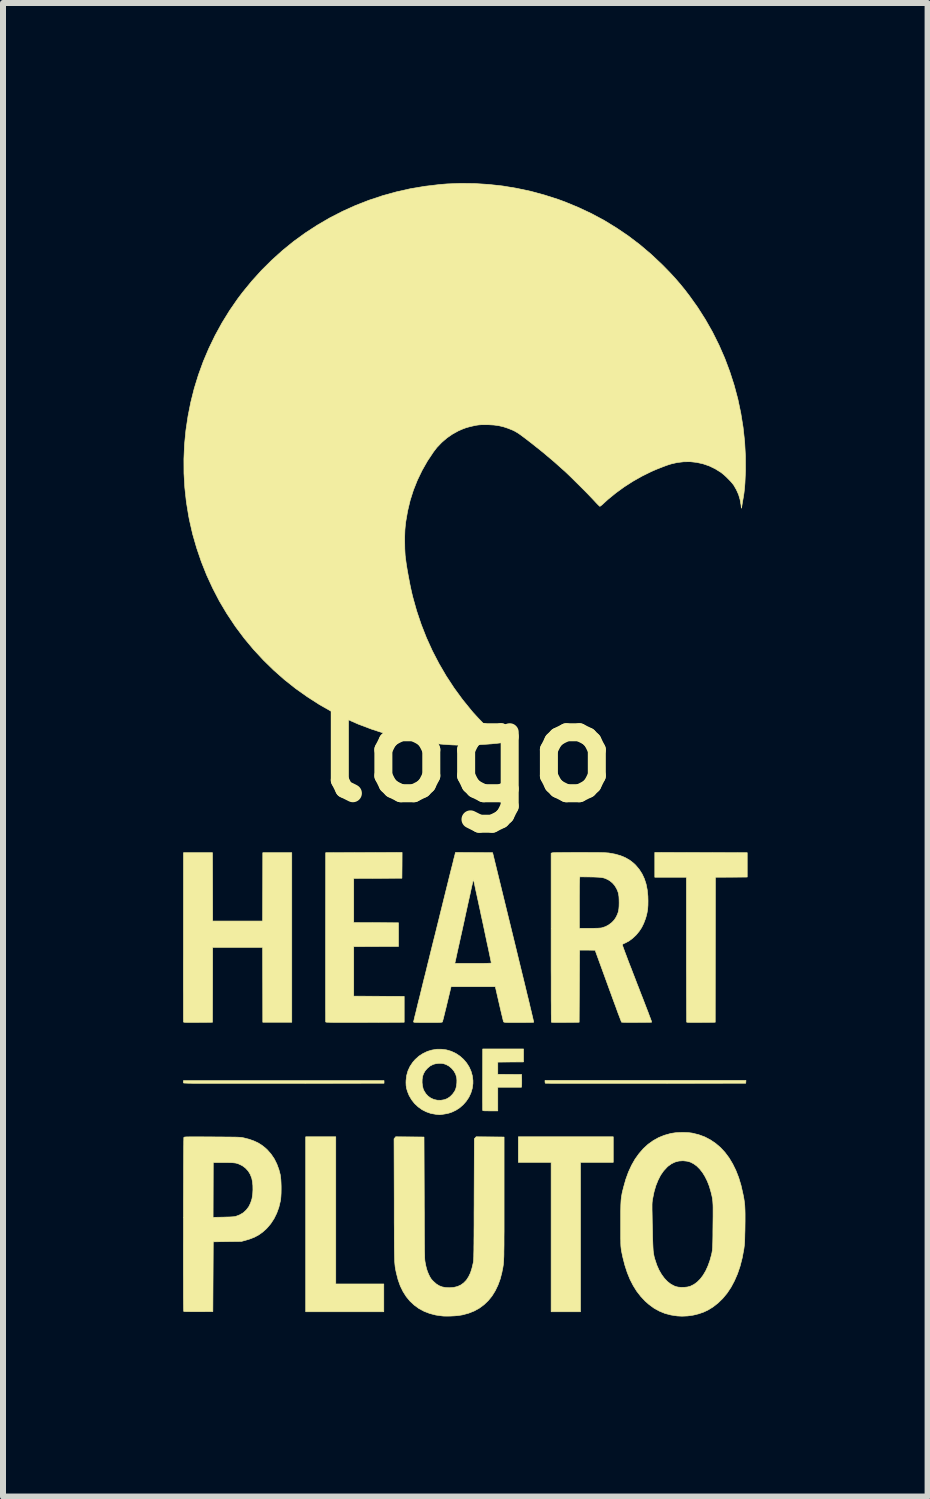
<source format=kicad_pcb>
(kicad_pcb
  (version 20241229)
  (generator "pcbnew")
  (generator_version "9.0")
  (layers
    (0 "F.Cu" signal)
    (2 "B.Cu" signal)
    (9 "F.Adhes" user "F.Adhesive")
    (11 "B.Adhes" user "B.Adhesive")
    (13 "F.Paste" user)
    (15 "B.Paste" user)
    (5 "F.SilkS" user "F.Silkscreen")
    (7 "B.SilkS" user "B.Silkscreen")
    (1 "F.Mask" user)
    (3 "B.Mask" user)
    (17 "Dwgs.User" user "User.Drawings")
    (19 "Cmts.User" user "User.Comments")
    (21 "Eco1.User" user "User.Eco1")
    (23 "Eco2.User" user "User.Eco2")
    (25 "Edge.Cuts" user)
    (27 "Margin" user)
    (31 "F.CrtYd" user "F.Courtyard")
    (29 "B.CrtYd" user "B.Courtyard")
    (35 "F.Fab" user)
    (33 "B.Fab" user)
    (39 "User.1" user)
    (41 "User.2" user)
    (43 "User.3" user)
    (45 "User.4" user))
  (footprint "logo"
    (layer "F.Cu")
    (at 4.716 9.476)
    (property "Reference" "logo" (at 0 0 0) (layer "F.SilkS") (effects (font (size 1.524 1.524) (thickness 0.3))))
    (attr through_hole)
    (fp_poly (pts (xy -2.172 8.865) (xy -1.372 8.865) (xy -1.372 9.328) (xy -2.673 9.328) (xy -2.673 6.413) (xy -2.172 6.413) (xy -2.172 8.865)) (stroke (width 0.01) (type solid)) (fill yes) (layer "F.SilkS"))
    (fp_poly (pts (xy 2.451 6.839) (xy 1.905 6.839) (xy 1.905 9.328) (xy 1.416 9.328) (xy 1.416 6.839) (xy 0.87 6.839) (xy 0.87 6.413) (xy 2.451 6.413) (xy 2.451 6.839)) (stroke (width 0.01) (type solid)) (fill yes) (layer "F.SilkS"))
    (fp_poly (pts (xy 4.66 5.498) (xy 4.658 5.521) (xy 2.99 5.523) (xy 2.846 5.523) (xy 2.704 5.523) (xy 2.567 5.523) (xy 2.434 5.523) (xy 2.305 5.523) (xy 2.183 5.523) (xy 2.066 5.523) (xy 1.955 5.523) (xy 1.852 5.523) (xy 1.756 5.523) (xy 1.668 5.523) (xy 1.589 5.522) (xy 1.519 5.522) (xy 1.458 5.522) (xy 1.408 5.522) (xy 1.368 5.521) (xy 1.34 5.521) (xy 1.323 5.521) (xy 1.319 5.52) (xy 1.316 5.512) (xy 1.314 5.496) (xy 1.314 5.495) (xy 1.314 5.474) (xy 4.662 5.474) (xy 4.66 5.498)) (stroke (width 0.01) (type solid)) (fill yes) (layer "F.SilkS"))
    (fp_poly (pts (xy -1.368 5.521) (xy -3.037 5.523) (xy -3.211 5.523) (xy -3.373 5.523) (xy -3.524 5.523) (xy -3.662 5.523) (xy -3.79 5.523) (xy -3.908 5.523) (xy -4.015 5.523) (xy -4.112 5.523) (xy -4.2 5.523) (xy -4.28 5.523) (xy -4.351 5.523) (xy -4.414 5.523) (xy -4.47 5.522) (xy -4.518 5.522) (xy -4.56 5.522) (xy -4.596 5.521) (xy -4.626 5.521) (xy -4.65 5.52) (xy -4.67 5.519) (xy -4.685 5.519) (xy -4.696 5.518) (xy -4.703 5.517) (xy -4.708 5.516) (xy -4.709 5.515) (xy -4.711 5.502) (xy -4.711 5.492) (xy -4.709 5.477) (xy -1.368 5.477) (xy -1.368 5.521)) (stroke (width 0.01) (type solid)) (fill yes) (layer "F.SilkS"))
    (fp_poly (pts (xy 0.956 5.166) (xy 0.741 5.167) (xy 0.527 5.169) (xy 0.527 5.372) (xy 0.725 5.374) (xy 0.924 5.375) (xy 0.926 5.467) (xy 0.926 5.501) (xy 0.926 5.532) (xy 0.925 5.556) (xy 0.924 5.571) (xy 0.924 5.574) (xy 0.921 5.588) (xy 0.527 5.588) (xy 0.527 5.982) (xy 0.403 5.982) (xy 0.357 5.981) (xy 0.323 5.981) (xy 0.299 5.98) (xy 0.284 5.978) (xy 0.277 5.975) (xy 0.276 5.974) (xy 0.276 5.966) (xy 0.275 5.947) (xy 0.275 5.917) (xy 0.275 5.877) (xy 0.274 5.829) (xy 0.274 5.773) (xy 0.274 5.709) (xy 0.274 5.64) (xy 0.274 5.566) (xy 0.274 5.488) (xy 0.275 5.458) (xy 0.276 4.95) (xy 0.956 4.95) (xy 0.956 5.166)) (stroke (width 0.01) (type solid)) (fill yes) (layer "F.SilkS"))
    (fp_poly (pts (xy 3.913 1.678) (xy 4.683 1.68) (xy 4.683 2.086) (xy 4.418 2.088) (xy 4.153 2.089) (xy 4.151 3.297) (xy 4.15 4.505) (xy 3.914 4.507) (xy 3.861 4.507) (xy 3.811 4.507) (xy 3.767 4.507) (xy 3.73 4.507) (xy 3.702 4.506) (xy 3.683 4.505) (xy 3.675 4.504) (xy 3.675 4.504) (xy 3.674 4.498) (xy 3.674 4.479) (xy 3.673 4.449) (xy 3.673 4.408) (xy 3.673 4.356) (xy 3.672 4.295) (xy 3.672 4.226) (xy 3.672 4.147) (xy 3.671 4.061) (xy 3.671 3.968) (xy 3.671 3.869) (xy 3.671 3.763) (xy 3.67 3.652) (xy 3.67 3.537) (xy 3.67 3.418) (xy 3.67 3.295) (xy 3.67 2.089) (xy 3.143 2.089) (xy 3.143 1.676) (xy 3.913 1.678)) (stroke (width 0.01) (type solid)) (fill yes) (layer "F.SilkS"))
    (fp_poly (pts (xy -4.224 2.249) (xy -4.223 2.819) (xy -3.391 2.819) (xy -3.389 2.249) (xy -3.388 1.68) (xy -2.905 1.68) (xy -2.905 4.505) (xy -3.388 4.505) (xy -3.389 3.881) (xy -3.391 3.258) (xy -4.223 3.258) (xy -4.224 3.881) (xy -4.226 4.505) (xy -4.466 4.507) (xy -4.53 4.507) (xy -4.583 4.507) (xy -4.624 4.507) (xy -4.657 4.507) (xy -4.68 4.506) (xy -4.696 4.505) (xy -4.705 4.503) (xy -4.709 4.501) (xy -4.709 4.501) (xy -4.709 4.494) (xy -4.709 4.474) (xy -4.71 4.444) (xy -4.71 4.402) (xy -4.71 4.35) (xy -4.71 4.288) (xy -4.71 4.217) (xy -4.71 4.137) (xy -4.71 4.049) (xy -4.711 3.954) (xy -4.711 3.852) (xy -4.711 3.743) (xy -4.711 3.628) (xy -4.711 3.509) (xy -4.71 3.384) (xy -4.71 3.256) (xy -4.71 3.124) (xy -4.71 3.086) (xy -4.709 1.68) (xy -4.226 1.68) (xy -4.224 2.249)) (stroke (width 0.01) (type solid)) (fill yes) (layer "F.SilkS"))
    (fp_poly (pts (xy -1.068 1.891) (xy -1.07 2.105) (xy -1.472 2.107) (xy -1.873 2.108) (xy -1.873 2.845) (xy -1.5 2.846) (xy -1.127 2.848) (xy -1.127 3.242) (xy -1.5 3.243) (xy -1.873 3.245) (xy -1.873 4.07) (xy -1.453 4.072) (xy -1.032 4.074) (xy -1.032 4.505) (xy -1.685 4.507) (xy -1.794 4.507) (xy -1.891 4.507) (xy -1.977 4.507) (xy -2.052 4.507) (xy -2.116 4.507) (xy -2.171 4.507) (xy -2.217 4.507) (xy -2.255 4.506) (xy -2.285 4.505) (xy -2.308 4.505) (xy -2.324 4.504) (xy -2.334 4.502) (xy -2.339 4.501) (xy -2.34 4.501) (xy -2.34 4.494) (xy -2.341 4.474) (xy -2.341 4.444) (xy -2.341 4.402) (xy -2.341 4.35) (xy -2.342 4.288) (xy -2.342 4.217) (xy -2.342 4.137) (xy -2.342 4.049) (xy -2.342 3.954) (xy -2.342 3.852) (xy -2.342 3.743) (xy -2.342 3.628) (xy -2.342 3.509) (xy -2.342 3.384) (xy -2.342 3.256) (xy -2.342 3.124) (xy -2.342 3.086) (xy -2.34 1.68) (xy -1.703 1.678) (xy -1.067 1.676) (xy -1.068 1.891)) (stroke (width 0.01) (type solid)) (fill yes) (layer "F.SilkS"))
    (fp_poly (pts (xy -0.329 4.965) (xy -0.25 4.988) (xy -0.243 4.991) (xy -0.169 5.026) (xy -0.102 5.071) (xy -0.043 5.124) (xy 0.008 5.184) (xy 0.05 5.25) (xy 0.082 5.322) (xy 0.103 5.397) (xy 0.113 5.475) (xy 0.113 5.526) (xy 0.102 5.606) (xy 0.079 5.683) (xy 0.045 5.756) (xy -0.000273 5.823) (xy -0.049 5.878) (xy -0.107 5.929) (xy -0.168 5.969) (xy -0.235 6.001) (xy -0.279 6.016) (xy -0.303 6.023) (xy -0.334 6.029) (xy -0.368 6.035) (xy -0.401 6.04) (xy -0.429 6.044) (xy -0.449 6.045) (xy -0.454 6.044) (xy -0.463 6.043) (xy -0.481 6.041) (xy -0.504 6.039) (xy -0.508 6.038) (xy -0.588 6.024) (xy -0.664 5.997) (xy -0.735 5.961) (xy -0.8 5.914) (xy -0.859 5.859) (xy -0.909 5.795) (xy -0.95 5.725) (xy -0.976 5.661) (xy -0.992 5.609) (xy -1 5.56) (xy -1.002 5.51) (xy -0.734 5.51) (xy -0.728 5.564) (xy -0.716 5.615) (xy -0.704 5.643) (xy -0.673 5.694) (xy -0.634 5.736) (xy -0.588 5.769) (xy -0.536 5.792) (xy -0.48 5.804) (xy -0.421 5.805) (xy -0.361 5.795) (xy -0.358 5.794) (xy -0.311 5.775) (xy -0.266 5.744) (xy -0.226 5.704) (xy -0.193 5.658) (xy -0.181 5.635) (xy -0.169 5.602) (xy -0.16 5.561) (xy -0.155 5.516) (xy -0.154 5.472) (xy -0.157 5.433) (xy -0.158 5.427) (xy -0.174 5.371) (xy -0.202 5.32) (xy -0.239 5.275) (xy -0.283 5.237) (xy -0.334 5.209) (xy -0.38 5.194) (xy -0.419 5.189) (xy -0.463 5.19) (xy -0.507 5.196) (xy -0.546 5.206) (xy -0.548 5.207) (xy -0.598 5.232) (xy -0.643 5.269) (xy -0.682 5.313) (xy -0.71 5.361) (xy -0.725 5.405) (xy -0.733 5.456) (xy -0.734 5.51) (xy -1.002 5.51) (xy -1.002 5.509) (xy -1.001 5.475) (xy -0.991 5.392) (xy -0.969 5.314) (xy -0.935 5.241) (xy -0.889 5.172) (xy -0.849 5.126) (xy -0.787 5.07) (xy -0.719 5.026) (xy -0.646 4.991) (xy -0.569 4.968) (xy -0.49 4.955) (xy -0.409 4.955) (xy -0.329 4.965)) (stroke (width 0.01) (type solid)) (fill yes) (layer "F.SilkS"))
    (fp_poly (pts (xy -4.467 6.414) (xy -4.402 6.414) (xy -4.327 6.415) (xy -4.24 6.415) (xy -4.233 6.415) (xy -4.145 6.416) (xy -4.068 6.416) (xy -4.003 6.417) (xy -3.947 6.417) (xy -3.899 6.418) (xy -3.86 6.418) (xy -3.828 6.419) (xy -3.801 6.42) (xy -3.779 6.421) (xy -3.761 6.423) (xy -3.746 6.424) (xy -3.733 6.426) (xy -3.721 6.428) (xy -3.708 6.431) (xy -3.706 6.431) (xy -3.616 6.454) (xy -3.537 6.482) (xy -3.466 6.515) (xy -3.402 6.555) (xy -3.343 6.602) (xy -3.312 6.631) (xy -3.25 6.702) (xy -3.197 6.78) (xy -3.154 6.866) (xy -3.119 6.961) (xy -3.097 7.045) (xy -3.092 7.081) (xy -3.087 7.127) (xy -3.084 7.18) (xy -3.082 7.238) (xy -3.082 7.297) (xy -3.083 7.354) (xy -3.086 7.407) (xy -3.09 7.454) (xy -3.095 7.483) (xy -3.12 7.588) (xy -3.156 7.687) (xy -3.201 7.778) (xy -3.256 7.862) (xy -3.32 7.937) (xy -3.327 7.944) (xy -3.389 8) (xy -3.455 8.047) (xy -3.527 8.086) (xy -3.607 8.117) (xy -3.67 8.136) (xy -3.743 8.156) (xy -3.978 8.159) (xy -4.213 8.163) (xy -4.22 9.325) (xy -4.458 9.327) (xy -4.512 9.327) (xy -4.562 9.327) (xy -4.607 9.326) (xy -4.645 9.326) (xy -4.674 9.325) (xy -4.695 9.324) (xy -4.704 9.323) (xy -4.704 9.323) (xy -4.705 9.32) (xy -4.706 9.313) (xy -4.706 9.3) (xy -4.707 9.283) (xy -4.708 9.259) (xy -4.708 9.229) (xy -4.709 9.192) (xy -4.709 9.149) (xy -4.71 9.097) (xy -4.71 9.038) (xy -4.71 8.97) (xy -4.71 8.894) (xy -4.71 8.808) (xy -4.711 8.713) (xy -4.711 8.608) (xy -4.711 8.492) (xy -4.711 8.365) (xy -4.711 8.227) (xy -4.71 8.077) (xy -4.71 7.915) (xy -4.71 7.877) (xy -4.71 7.755) (xy -4.216 7.755) (xy -4.043 7.752) (xy -3.986 7.75) (xy -3.939 7.749) (xy -3.903 7.747) (xy -3.874 7.745) (xy -3.853 7.742) (xy -3.838 7.739) (xy -3.836 7.738) (xy -3.771 7.713) (xy -3.713 7.679) (xy -3.664 7.634) (xy -3.623 7.581) (xy -3.592 7.519) (xy -3.569 7.449) (xy -3.566 7.434) (xy -3.556 7.368) (xy -3.552 7.298) (xy -3.553 7.227) (xy -3.56 7.16) (xy -3.572 7.101) (xy -3.573 7.099) (xy -3.597 7.038) (xy -3.631 6.983) (xy -3.675 6.935) (xy -3.727 6.896) (xy -3.755 6.882) (xy -3.778 6.871) (xy -3.799 6.862) (xy -3.821 6.855) (xy -3.843 6.85) (xy -3.87 6.847) (xy -3.901 6.844) (xy -3.94 6.843) (xy -3.988 6.842) (xy -4.042 6.842) (xy -4.213 6.842) (xy -4.216 7.755) (xy -4.71 7.755) (xy -4.71 7.738) (xy -4.71 7.604) (xy -4.71 7.474) (xy -4.709 7.349) (xy -4.709 7.23) (xy -4.708 7.117) (xy -4.708 7.01) (xy -4.708 6.91) (xy -4.707 6.818) (xy -4.707 6.735) (xy -4.706 6.66) (xy -4.706 6.594) (xy -4.705 6.539) (xy -4.705 6.493) (xy -4.704 6.459) (xy -4.704 6.436) (xy -4.703 6.425) (xy -4.703 6.424) (xy -4.701 6.422) (xy -4.699 6.42) (xy -4.693 6.419) (xy -4.685 6.417) (xy -4.673 6.416) (xy -4.656 6.415) (xy -4.633 6.415) (xy -4.603 6.414) (xy -4.566 6.414) (xy -4.521 6.414) (xy -4.467 6.414)) (stroke (width 0.01) (type solid)) (fill yes) (layer "F.SilkS"))
    (fp_poly (pts (xy 0.4 6.415) (xy 0.632 6.417) (xy 0.632 7.433) (xy 0.632 7.569) (xy 0.632 7.692) (xy 0.632 7.805) (xy 0.632 7.907) (xy 0.632 7.998) (xy 0.631 8.08) (xy 0.631 8.154) (xy 0.631 8.219) (xy 0.63 8.277) (xy 0.629 8.327) (xy 0.629 8.372) (xy 0.628 8.411) (xy 0.626 8.445) (xy 0.625 8.475) (xy 0.623 8.502) (xy 0.621 8.525) (xy 0.619 8.546) (xy 0.616 8.566) (xy 0.613 8.584) (xy 0.61 8.602) (xy 0.606 8.62) (xy 0.602 8.64) (xy 0.598 8.661) (xy 0.597 8.668) (xy 0.568 8.781) (xy 0.53 8.885) (xy 0.484 8.98) (xy 0.43 9.067) (xy 0.368 9.143) (xy 0.298 9.21) (xy 0.22 9.268) (xy 0.135 9.315) (xy 0.042 9.352) (xy -0.058 9.379) (xy -0.092 9.385) (xy -0.142 9.392) (xy -0.2 9.397) (xy -0.261 9.4) (xy -0.32 9.401) (xy -0.373 9.4) (xy -0.397 9.398) (xy -0.505 9.383) (xy -0.606 9.357) (xy -0.7 9.321) (xy -0.786 9.275) (xy -0.864 9.218) (xy -0.934 9.153) (xy -0.997 9.077) (xy -1.051 8.992) (xy -1.097 8.898) (xy -1.134 8.794) (xy -1.163 8.681) (xy -1.165 8.672) (xy -1.169 8.652) (xy -1.173 8.634) (xy -1.176 8.617) (xy -1.179 8.6) (xy -1.182 8.583) (xy -1.184 8.565) (xy -1.186 8.545) (xy -1.188 8.523) (xy -1.19 8.498) (xy -1.191 8.469) (xy -1.192 8.436) (xy -1.193 8.399) (xy -1.194 8.356) (xy -1.195 8.306) (xy -1.196 8.25) (xy -1.196 8.186) (xy -1.197 8.115) (xy -1.197 8.034) (xy -1.197 7.944) (xy -1.198 7.844) (xy -1.198 7.733) (xy -1.198 7.611) (xy -1.198 7.477) (xy -1.198 7.47) (xy -1.201 6.447) (xy -1.187 6.43) (xy -1.174 6.413) (xy -0.938 6.415) (xy -0.702 6.417) (xy -0.698 7.426) (xy -0.698 7.56) (xy -0.697 7.681) (xy -0.697 7.792) (xy -0.697 7.891) (xy -0.696 7.98) (xy -0.696 8.059) (xy -0.695 8.129) (xy -0.695 8.191) (xy -0.694 8.245) (xy -0.694 8.292) (xy -0.693 8.333) (xy -0.692 8.367) (xy -0.691 8.396) (xy -0.691 8.421) (xy -0.69 8.441) (xy -0.689 8.458) (xy -0.688 8.472) (xy -0.686 8.483) (xy -0.685 8.493) (xy -0.684 8.499) (xy -0.672 8.561) (xy -0.659 8.614) (xy -0.643 8.662) (xy -0.623 8.708) (xy -0.618 8.719) (xy -0.601 8.752) (xy -0.584 8.779) (xy -0.563 8.804) (xy -0.54 8.827) (xy -0.496 8.866) (xy -0.449 8.895) (xy -0.399 8.914) (xy -0.342 8.925) (xy -0.279 8.928) (xy -0.209 8.923) (xy -0.146 8.908) (xy -0.09 8.883) (xy -0.04 8.847) (xy 0.004 8.802) (xy 0.041 8.745) (xy 0.073 8.678) (xy 0.098 8.599) (xy 0.119 8.509) (xy 0.119 8.509) (xy 0.12 8.5) (xy 0.122 8.49) (xy 0.123 8.479) (xy 0.124 8.465) (xy 0.125 8.448) (xy 0.126 8.427) (xy 0.127 8.402) (xy 0.127 8.372) (xy 0.128 8.337) (xy 0.129 8.296) (xy 0.129 8.248) (xy 0.13 8.192) (xy 0.13 8.129) (xy 0.131 8.058) (xy 0.131 7.977) (xy 0.132 7.886) (xy 0.132 7.785) (xy 0.132 7.673) (xy 0.133 7.549) (xy 0.133 7.447) (xy 0.137 6.446) (xy 0.152 6.43) (xy 0.167 6.413) (xy 0.4 6.415)) (stroke (width 0.01) (type solid)) (fill yes) (layer "F.SilkS"))
    (fp_poly (pts (xy 0.441 1.68) (xy 0.785 3.089) (xy 0.817 3.22) (xy 0.848 3.348) (xy 0.878 3.472) (xy 0.907 3.591) (xy 0.935 3.706) (xy 0.962 3.816) (xy 0.987 3.919) (xy 1.01 4.016) (xy 1.032 4.105) (xy 1.052 4.187) (xy 1.069 4.261) (xy 1.085 4.326) (xy 1.098 4.382) (xy 1.109 4.428) (xy 1.117 4.464) (xy 1.123 4.488) (xy 1.126 4.501) (xy 1.126 4.504) (xy 1.119 4.505) (xy 1.101 4.506) (xy 1.073 4.507) (xy 1.037 4.507) (xy 0.993 4.508) (xy 0.943 4.508) (xy 0.889 4.508) (xy 0.876 4.508) (xy 0.813 4.508) (xy 0.762 4.508) (xy 0.721 4.508) (xy 0.69 4.508) (xy 0.666 4.507) (xy 0.649 4.506) (xy 0.637 4.504) (xy 0.63 4.502) (xy 0.626 4.5) (xy 0.624 4.497) (xy 0.621 4.489) (xy 0.616 4.47) (xy 0.609 4.44) (xy 0.6 4.403) (xy 0.589 4.358) (xy 0.577 4.307) (xy 0.564 4.251) (xy 0.552 4.199) (xy 0.486 3.912) (xy 0.117 3.912) (xy -0.251 3.912) (xy -0.32 4.199) (xy -0.334 4.258) (xy -0.348 4.313) (xy -0.36 4.363) (xy -0.371 4.407) (xy -0.38 4.444) (xy -0.388 4.472) (xy -0.392 4.491) (xy -0.395 4.497) (xy -0.397 4.5) (xy -0.401 4.503) (xy -0.409 4.504) (xy -0.421 4.506) (xy -0.438 4.507) (xy -0.463 4.508) (xy -0.496 4.508) (xy -0.538 4.508) (xy -0.59 4.508) (xy -0.638 4.508) (xy -0.7 4.508) (xy -0.75 4.508) (xy -0.789 4.508) (xy -0.82 4.507) (xy -0.842 4.507) (xy -0.858 4.506) (xy -0.868 4.504) (xy -0.874 4.502) (xy -0.876 4.5) (xy -0.876 4.498) (xy -0.875 4.491) (xy -0.87 4.473) (xy -0.863 4.443) (xy -0.854 4.404) (xy -0.841 4.354) (xy -0.827 4.296) (xy -0.811 4.229) (xy -0.793 4.155) (xy -0.772 4.074) (xy -0.751 3.987) (xy -0.728 3.893) (xy -0.704 3.795) (xy -0.678 3.693) (xy -0.652 3.587) (xy -0.637 3.524) (xy -0.189 3.524) (xy 0.115 3.524) (xy 0.188 3.524) (xy 0.249 3.524) (xy 0.299 3.524) (xy 0.339 3.523) (xy 0.37 3.522) (xy 0.393 3.521) (xy 0.408 3.52) (xy 0.416 3.518) (xy 0.419 3.516) (xy 0.419 3.516) (xy 0.418 3.509) (xy 0.414 3.49) (xy 0.408 3.461) (xy 0.4 3.422) (xy 0.39 3.375) (xy 0.379 3.321) (xy 0.366 3.26) (xy 0.351 3.193) (xy 0.336 3.121) (xy 0.32 3.046) (xy 0.304 2.969) (xy 0.287 2.889) (xy 0.27 2.809) (xy 0.252 2.729) (xy 0.236 2.65) (xy 0.219 2.573) (xy 0.203 2.499) (xy 0.188 2.43) (xy 0.174 2.365) (xy 0.161 2.307) (xy 0.15 2.255) (xy 0.141 2.211) (xy 0.133 2.176) (xy 0.127 2.151) (xy 0.124 2.137) (xy 0.123 2.134) (xy 0.118 2.134) (xy 0.117 2.141) (xy 0.112 2.159) (xy 0.106 2.187) (xy 0.097 2.226) (xy 0.086 2.274) (xy 0.074 2.331) (xy 0.06 2.395) (xy 0.044 2.466) (xy 0.027 2.543) (xy 0.009 2.625) (xy -0.01 2.711) (xy -0.029 2.801) (xy -0.031 2.81) (xy -0.051 2.901) (xy -0.07 2.988) (xy -0.089 3.072) (xy -0.106 3.15) (xy -0.122 3.223) (xy -0.137 3.289) (xy -0.15 3.348) (xy -0.161 3.399) (xy -0.17 3.441) (xy -0.177 3.473) (xy -0.182 3.494) (xy -0.184 3.503) (xy -0.184 3.504) (xy -0.189 3.524) (xy -0.637 3.524) (xy -0.625 3.478) (xy -0.598 3.367) (xy -0.57 3.254) (xy -0.542 3.141) (xy -0.513 3.027) (xy -0.485 2.913) (xy -0.457 2.801) (xy -0.43 2.69) (xy -0.403 2.582) (xy -0.377 2.476) (xy -0.352 2.375) (xy -0.328 2.278) (xy -0.305 2.186) (xy -0.284 2.1) (xy -0.264 2.02) (xy -0.246 1.948) (xy -0.229 1.883) (xy -0.215 1.826) (xy -0.204 1.779) (xy -0.194 1.742) (xy -0.187 1.715) (xy -0.184 1.7) (xy -0.177 1.676) (xy 0.441 1.68)) (stroke (width 0.01) (type solid)) (fill yes) (layer "F.SilkS"))
    (fp_poly (pts (xy 1.97 1.676) (xy 2.048 1.677) (xy 2.115 1.677) (xy 2.173 1.677) (xy 2.222 1.678) (xy 2.263 1.679) (xy 2.297 1.68) (xy 2.326 1.681) (xy 2.349 1.683) (xy 2.369 1.684) (xy 2.383 1.686) (xy 2.482 1.704) (xy 2.573 1.73) (xy 2.654 1.764) (xy 2.728 1.807) (xy 2.793 1.858) (xy 2.826 1.89) (xy 2.883 1.958) (xy 2.931 2.033) (xy 2.969 2.114) (xy 2.998 2.203) (xy 3.017 2.299) (xy 3.028 2.404) (xy 3.03 2.483) (xy 3.029 2.556) (xy 3.024 2.621) (xy 3.014 2.681) (xy 3 2.739) (xy 2.988 2.779) (xy 2.958 2.858) (xy 2.924 2.927) (xy 2.884 2.988) (xy 2.837 3.045) (xy 2.831 3.052) (xy 2.772 3.107) (xy 2.713 3.151) (xy 2.653 3.183) (xy 2.634 3.191) (xy 2.616 3.2) (xy 2.604 3.209) (xy 2.602 3.213) (xy 2.604 3.22) (xy 2.61 3.239) (xy 2.62 3.268) (xy 2.634 3.306) (xy 2.651 3.352) (xy 2.672 3.407) (xy 2.695 3.469) (xy 2.721 3.537) (xy 2.75 3.61) (xy 2.78 3.689) (xy 2.812 3.771) (xy 2.842 3.85) (xy 2.876 3.936) (xy 2.907 4.018) (xy 2.938 4.096) (xy 2.966 4.169) (xy 2.992 4.237) (xy 3.016 4.299) (xy 3.037 4.353) (xy 3.054 4.4) (xy 3.069 4.438) (xy 3.079 4.466) (xy 3.086 4.484) (xy 3.088 4.491) (xy 3.089 4.505) (xy 2.842 4.507) (xy 2.777 4.507) (xy 2.72 4.507) (xy 2.672 4.507) (xy 2.635 4.506) (xy 2.608 4.505) (xy 2.592 4.504) (xy 2.589 4.503) (xy 2.586 4.496) (xy 2.579 4.478) (xy 2.568 4.45) (xy 2.554 4.412) (xy 2.536 4.366) (xy 2.516 4.312) (xy 2.494 4.25) (xy 2.469 4.183) (xy 2.442 4.11) (xy 2.414 4.032) (xy 2.384 3.951) (xy 2.366 3.901) (xy 2.149 3.305) (xy 2.021 3.303) (xy 1.982 3.303) (xy 1.947 3.303) (xy 1.92 3.303) (xy 1.9 3.303) (xy 1.891 3.303) (xy 1.891 3.303) (xy 1.891 3.31) (xy 1.89 3.328) (xy 1.89 3.357) (xy 1.889 3.397) (xy 1.889 3.445) (xy 1.889 3.502) (xy 1.888 3.566) (xy 1.888 3.637) (xy 1.887 3.713) (xy 1.887 3.795) (xy 1.886 3.88) (xy 1.886 3.905) (xy 1.883 4.505) (xy 1.654 4.507) (xy 1.601 4.507) (xy 1.552 4.507) (xy 1.509 4.507) (xy 1.473 4.507) (xy 1.445 4.506) (xy 1.427 4.505) (xy 1.42 4.504) (xy 1.42 4.498) (xy 1.42 4.479) (xy 1.419 4.449) (xy 1.419 4.407) (xy 1.418 4.355) (xy 1.418 4.294) (xy 1.418 4.223) (xy 1.417 4.144) (xy 1.417 4.056) (xy 1.417 3.961) (xy 1.417 3.859) (xy 1.417 3.75) (xy 1.416 3.636) (xy 1.416 3.516) (xy 1.416 3.392) (xy 1.416 3.264) (xy 1.416 3.132) (xy 1.416 3.094) (xy 1.416 2.55) (xy 1.886 2.55) (xy 1.886 2.94) (xy 2.056 2.94) (xy 2.113 2.94) (xy 2.16 2.939) (xy 2.197 2.938) (xy 2.225 2.936) (xy 2.248 2.934) (xy 2.265 2.931) (xy 2.266 2.93) (xy 2.324 2.911) (xy 2.378 2.881) (xy 2.428 2.843) (xy 2.47 2.798) (xy 2.502 2.748) (xy 2.504 2.743) (xy 2.52 2.708) (xy 2.532 2.676) (xy 2.54 2.645) (xy 2.545 2.61) (xy 2.548 2.57) (xy 2.549 2.52) (xy 2.549 2.508) (xy 2.548 2.456) (xy 2.546 2.414) (xy 2.541 2.379) (xy 2.534 2.346) (xy 2.523 2.315) (xy 2.508 2.281) (xy 2.504 2.274) (xy 2.475 2.226) (xy 2.437 2.183) (xy 2.394 2.148) (xy 2.362 2.129) (xy 2.338 2.118) (xy 2.316 2.108) (xy 2.294 2.101) (xy 2.271 2.096) (xy 2.244 2.092) (xy 2.213 2.089) (xy 2.174 2.087) (xy 2.126 2.085) (xy 2.069 2.084) (xy 1.894 2.082) (xy 1.89 2.121) (xy 1.889 2.135) (xy 1.889 2.16) (xy 1.888 2.195) (xy 1.887 2.239) (xy 1.887 2.291) (xy 1.887 2.349) (xy 1.886 2.413) (xy 1.886 2.48) (xy 1.886 2.55) (xy 1.416 2.55) (xy 1.416 1.689) (xy 1.432 1.683) (xy 1.442 1.681) (xy 1.464 1.68) (xy 1.497 1.679) (xy 1.541 1.678) (xy 1.595 1.678) (xy 1.659 1.677) (xy 1.732 1.677) (xy 1.812 1.676) (xy 1.88 1.676) (xy 1.97 1.676)) (stroke (width 0.01) (type solid)) (fill yes) (layer "F.SilkS"))
    (fp_poly (pts (xy 3.659 6.342) (xy 3.714 6.345) (xy 3.762 6.351) (xy 3.772 6.353) (xy 3.877 6.379) (xy 3.977 6.416) (xy 4.07 6.465) (xy 4.157 6.524) (xy 4.238 6.593) (xy 4.312 6.673) (xy 4.38 6.764) (xy 4.44 6.864) (xy 4.494 6.974) (xy 4.541 7.094) (xy 4.58 7.224) (xy 4.609 7.352) (xy 4.619 7.399) (xy 4.627 7.442) (xy 4.633 7.481) (xy 4.638 7.52) (xy 4.642 7.559) (xy 4.644 7.6) (xy 4.646 7.645) (xy 4.647 7.695) (xy 4.647 7.753) (xy 4.647 7.82) (xy 4.646 7.898) (xy 4.646 7.907) (xy 4.645 7.977) (xy 4.643 8.035) (xy 4.642 8.084) (xy 4.641 8.124) (xy 4.64 8.158) (xy 4.638 8.187) (xy 4.636 8.213) (xy 4.633 8.237) (xy 4.63 8.26) (xy 4.627 8.284) (xy 4.626 8.288) (xy 4.599 8.433) (xy 4.564 8.569) (xy 4.521 8.696) (xy 4.47 8.813) (xy 4.413 8.92) (xy 4.348 9.018) (xy 4.275 9.106) (xy 4.196 9.183) (xy 4.11 9.25) (xy 4.032 9.298) (xy 3.956 9.334) (xy 3.871 9.363) (xy 3.781 9.385) (xy 3.689 9.398) (xy 3.596 9.402) (xy 3.517 9.398) (xy 3.412 9.382) (xy 3.313 9.356) (xy 3.22 9.318) (xy 3.131 9.269) (xy 3.048 9.208) (xy 2.983 9.151) (xy 2.909 9.072) (xy 2.842 8.986) (xy 2.783 8.891) (xy 2.73 8.788) (xy 2.684 8.675) (xy 2.644 8.552) (xy 2.61 8.419) (xy 2.589 8.319) (xy 2.586 8.301) (xy 2.584 8.286) (xy 2.582 8.27) (xy 2.58 8.253) (xy 2.578 8.233) (xy 2.577 8.21) (xy 2.576 8.182) (xy 2.576 8.149) (xy 2.575 8.108) (xy 2.575 8.059) (xy 2.575 8.001) (xy 2.575 7.932) (xy 2.575 7.864) (xy 2.575 7.781) (xy 2.575 7.71) (xy 2.575 7.648) (xy 2.576 7.595) (xy 2.576 7.593) (xy 3.097 7.593) (xy 3.097 7.629) (xy 3.098 7.672) (xy 3.099 7.724) (xy 3.1 7.785) (xy 3.101 7.858) (xy 3.103 7.914) (xy 3.105 7.999) (xy 3.106 8.073) (xy 3.108 8.136) (xy 3.11 8.189) (xy 3.112 8.235) (xy 3.114 8.274) (xy 3.116 8.307) (xy 3.119 8.335) (xy 3.123 8.36) (xy 3.127 8.383) (xy 3.131 8.405) (xy 3.137 8.427) (xy 3.143 8.449) (xy 3.147 8.462) (xy 3.177 8.552) (xy 3.213 8.633) (xy 3.255 8.706) (xy 3.302 8.77) (xy 3.353 8.824) (xy 3.408 8.867) (xy 3.466 8.898) (xy 3.494 8.909) (xy 3.535 8.918) (xy 3.584 8.922) (xy 3.635 8.921) (xy 3.684 8.916) (xy 3.727 8.906) (xy 3.735 8.903) (xy 3.794 8.874) (xy 3.849 8.834) (xy 3.901 8.782) (xy 3.948 8.72) (xy 3.991 8.648) (xy 4.028 8.567) (xy 4.061 8.476) (xy 4.088 8.378) (xy 4.096 8.341) (xy 4.098 8.327) (xy 4.101 8.313) (xy 4.103 8.297) (xy 4.104 8.279) (xy 4.106 8.257) (xy 4.107 8.231) (xy 4.108 8.198) (xy 4.109 8.159) (xy 4.11 8.111) (xy 4.111 8.054) (xy 4.111 7.987) (xy 4.112 7.909) (xy 4.112 7.897) (xy 4.113 7.814) (xy 4.114 7.743) (xy 4.114 7.682) (xy 4.114 7.63) (xy 4.114 7.586) (xy 4.113 7.548) (xy 4.111 7.516) (xy 4.109 7.487) (xy 4.106 7.461) (xy 4.103 7.437) (xy 4.098 7.413) (xy 4.093 7.389) (xy 4.086 7.362) (xy 4.079 7.331) (xy 4.077 7.326) (xy 4.051 7.236) (xy 4.018 7.152) (xy 3.98 7.076) (xy 3.938 7.008) (xy 3.892 6.95) (xy 3.842 6.9) (xy 3.789 6.862) (xy 3.734 6.834) (xy 3.684 6.82) (xy 3.612 6.812) (xy 3.544 6.817) (xy 3.48 6.834) (xy 3.42 6.863) (xy 3.363 6.904) (xy 3.346 6.92) (xy 3.289 6.982) (xy 3.239 7.054) (xy 3.197 7.137) (xy 3.16 7.229) (xy 3.13 7.333) (xy 3.107 7.447) (xy 3.105 7.457) (xy 3.103 7.472) (xy 3.101 7.487) (xy 3.099 7.502) (xy 3.098 7.519) (xy 3.097 7.539) (xy 3.097 7.563) (xy 3.097 7.593) (xy 2.576 7.593) (xy 2.577 7.549) (xy 2.579 7.509) (xy 2.581 7.474) (xy 2.584 7.443) (xy 2.588 7.413) (xy 2.593 7.385) (xy 2.598 7.355) (xy 2.605 7.324) (xy 2.614 7.289) (xy 2.623 7.253) (xy 2.66 7.122) (xy 2.704 7.001) (xy 2.756 6.888) (xy 2.814 6.786) (xy 2.88 6.694) (xy 2.952 6.611) (xy 3.03 6.539) (xy 3.115 6.478) (xy 3.206 6.427) (xy 3.302 6.388) (xy 3.405 6.359) (xy 3.439 6.353) (xy 3.486 6.346) (xy 3.541 6.343) (xy 3.6 6.341) (xy 3.659 6.342)) (stroke (width 0.01) (type solid)) (fill yes) (layer "F.SilkS"))
    (fp_poly (pts (xy 0.145 -9.468) (xy 0.379 -9.453) (xy 0.613 -9.427) (xy 0.846 -9.388) (xy 1.077 -9.339) (xy 1.305 -9.277) (xy 1.53 -9.205) (xy 1.645 -9.163) (xy 1.87 -9.07) (xy 2.089 -8.967) (xy 2.3 -8.854) (xy 2.504 -8.729) (xy 2.702 -8.595) (xy 2.894 -8.449) (xy 3.079 -8.292) (xy 3.258 -8.124) (xy 3.303 -8.079) (xy 3.397 -7.982) (xy 3.483 -7.889) (xy 3.564 -7.795) (xy 3.643 -7.698) (xy 3.718 -7.6) (xy 3.858 -7.404) (xy 3.987 -7.201) (xy 4.105 -6.993) (xy 4.212 -6.778) (xy 4.308 -6.559) (xy 4.392 -6.335) (xy 4.465 -6.108) (xy 4.527 -5.876) (xy 4.576 -5.642) (xy 4.614 -5.406) (xy 4.64 -5.167) (xy 4.653 -4.927) (xy 4.654 -4.686) (xy 4.645 -4.48) (xy 4.638 -4.392) (xy 4.629 -4.312) (xy 4.617 -4.236) (xy 4.613 -4.213) (xy 4.606 -4.174) (xy 4.6 -4.137) (xy 4.595 -4.105) (xy 4.591 -4.081) (xy 4.59 -4.067) (xy 4.588 -4.06) (xy 4.586 -4.065) (xy 4.583 -4.083) (xy 4.58 -4.11) (xy 4.564 -4.202) (xy 4.539 -4.286) (xy 4.503 -4.366) (xy 4.46 -4.441) (xy 4.437 -4.471) (xy 4.407 -4.506) (xy 4.371 -4.543) (xy 4.333 -4.581) (xy 4.296 -4.615) (xy 4.26 -4.644) (xy 4.245 -4.656) (xy 4.15 -4.715) (xy 4.051 -4.763) (xy 3.949 -4.798) (xy 3.843 -4.822) (xy 3.735 -4.834) (xy 3.626 -4.833) (xy 3.516 -4.82) (xy 3.423 -4.799) (xy 3.386 -4.788) (xy 3.341 -4.773) (xy 3.29 -4.754) (xy 3.236 -4.733) (xy 3.18 -4.711) (xy 3.126 -4.688) (xy 3.081 -4.668) (xy 2.929 -4.593) (xy 2.779 -4.508) (xy 2.634 -4.415) (xy 2.495 -4.314) (xy 2.365 -4.208) (xy 2.288 -4.138) (xy 2.267 -4.118) (xy 2.248 -4.103) (xy 2.234 -4.093) (xy 2.227 -4.09) (xy 2.22 -4.096) (xy 2.206 -4.109) (xy 2.187 -4.128) (xy 2.164 -4.152) (xy 2.143 -4.175) (xy 2.112 -4.208) (xy 2.073 -4.249) (xy 2.029 -4.295) (xy 1.98 -4.345) (xy 1.928 -4.397) (xy 1.874 -4.451) (xy 1.821 -4.503) (xy 1.77 -4.554) (xy 1.723 -4.6) (xy 1.68 -4.641) (xy 1.644 -4.675) (xy 1.639 -4.679) (xy 1.463 -4.836) (xy 1.279 -4.991) (xy 1.09 -5.142) (xy 0.974 -5.231) (xy 0.93 -5.264) (xy 0.893 -5.291) (xy 0.862 -5.312) (xy 0.835 -5.328) (xy 0.811 -5.342) (xy 0.786 -5.354) (xy 0.781 -5.357) (xy 0.699 -5.39) (xy 0.621 -5.416) (xy 0.544 -5.434) (xy 0.463 -5.445) (xy 0.375 -5.45) (xy 0.333 -5.45) (xy 0.288 -5.45) (xy 0.252 -5.45) (xy 0.223 -5.448) (xy 0.196 -5.445) (xy 0.169 -5.441) (xy 0.138 -5.435) (xy 0.129 -5.433) (xy 0.06 -5.417) (xy -0.001 -5.4) (xy -0.06 -5.378) (xy -0.122 -5.351) (xy -0.127 -5.349) (xy -0.227 -5.294) (xy -0.321 -5.229) (xy -0.408 -5.154) (xy -0.488 -5.07) (xy -0.544 -4.997) (xy -0.646 -4.844) (xy -0.735 -4.687) (xy -0.813 -4.525) (xy -0.879 -4.359) (xy -0.933 -4.189) (xy -0.975 -4.013) (xy -1.006 -3.834) (xy -1.016 -3.743) (xy -1.02 -3.698) (xy -1.022 -3.643) (xy -1.024 -3.581) (xy -1.024 -3.515) (xy -1.023 -3.449) (xy -1.022 -3.384) (xy -1.019 -3.324) (xy -1.016 -3.272) (xy -1.013 -3.248) (xy -1.005 -3.186) (xy -0.995 -3.114) (xy -0.982 -3.035) (xy -0.967 -2.951) (xy -0.951 -2.866) (xy -0.935 -2.782) (xy -0.918 -2.702) (xy -0.901 -2.627) (xy -0.889 -2.578) (xy -0.825 -2.349) (xy -0.749 -2.123) (xy -0.662 -1.901) (xy -0.563 -1.683) (xy -0.453 -1.471) (xy -0.333 -1.265) (xy -0.202 -1.065) (xy -0.062 -0.873) (xy 0.087 -0.689) (xy 0.114 -0.657) (xy 0.157 -0.61) (xy 0.206 -0.557) (xy 0.259 -0.502) (xy 0.314 -0.445) (xy 0.369 -0.389) (xy 0.423 -0.337) (xy 0.473 -0.289) (xy 0.517 -0.249) (xy 0.522 -0.244) (xy 0.55 -0.22) (xy 0.574 -0.198) (xy 0.593 -0.179) (xy 0.605 -0.167) (xy 0.609 -0.161) (xy 0.609 -0.158) (xy 0.606 -0.156) (xy 0.6 -0.154) (xy 0.588 -0.152) (xy 0.571 -0.149) (xy 0.546 -0.146) (xy 0.512 -0.142) (xy 0.468 -0.138) (xy 0.422 -0.133) (xy 0.391 -0.131) (xy 0.352 -0.128) (xy 0.306 -0.125) (xy 0.256 -0.122) (xy 0.203 -0.119) (xy 0.15 -0.116) (xy 0.098 -0.114) (xy 0.049 -0.112) (xy 0.006 -0.11) (xy -0.03 -0.109) (xy -0.058 -0.109) (xy -0.073 -0.109) (xy -0.083 -0.11) (xy -0.104 -0.11) (xy -0.133 -0.112) (xy -0.168 -0.113) (xy -0.208 -0.115) (xy -0.219 -0.115) (xy -0.315 -0.121) (xy -0.419 -0.129) (xy -0.529 -0.14) (xy -0.639 -0.154) (xy -0.747 -0.169) (xy -0.849 -0.186) (xy -0.873 -0.19) (xy -1.111 -0.241) (xy -1.346 -0.303) (xy -1.575 -0.378) (xy -1.8 -0.463) (xy -2.02 -0.56) (xy -2.234 -0.668) (xy -2.442 -0.786) (xy -2.643 -0.915) (xy -2.838 -1.053) (xy -3.026 -1.202) (xy -3.206 -1.361) (xy -3.378 -1.529) (xy -3.542 -1.706) (xy -3.697 -1.892) (xy -3.843 -2.087) (xy -3.855 -2.105) (xy -3.988 -2.305) (xy -4.111 -2.512) (xy -4.222 -2.726) (xy -4.323 -2.945) (xy -4.412 -3.169) (xy -4.49 -3.398) (xy -4.557 -3.63) (xy -4.611 -3.867) (xy -4.622 -3.924) (xy -4.661 -4.163) (xy -4.687 -4.402) (xy -4.701 -4.641) (xy -4.702 -4.88) (xy -4.692 -5.118) (xy -4.669 -5.355) (xy -4.634 -5.59) (xy -4.588 -5.823) (xy -4.53 -6.054) (xy -4.46 -6.281) (xy -4.379 -6.504) (xy -4.286 -6.723) (xy -4.182 -6.938) (xy -4.067 -7.148) (xy -3.941 -7.352) (xy -3.805 -7.549) (xy -3.725 -7.655) (xy -3.57 -7.844) (xy -3.407 -8.024) (xy -3.236 -8.194) (xy -3.057 -8.355) (xy -2.871 -8.506) (xy -2.678 -8.646) (xy -2.478 -8.776) (xy -2.272 -8.896) (xy -2.06 -9.005) (xy -1.843 -9.103) (xy -1.62 -9.19) (xy -1.392 -9.266) (xy -1.16 -9.33) (xy -0.924 -9.383) (xy -0.684 -9.423) (xy -0.44 -9.452) (xy -0.318 -9.462) (xy -0.087 -9.471) (xy 0.145 -9.468)) (stroke (width 0.01) (type solid)) (fill yes) (layer "F.SilkS")))
  (gr_rect
    (start -3 -3)
    (end 12.404 21.883)
    (stroke (width 0.1) (type default))
    (fill no)
    (layer "Edge.Cuts")))
</source>
